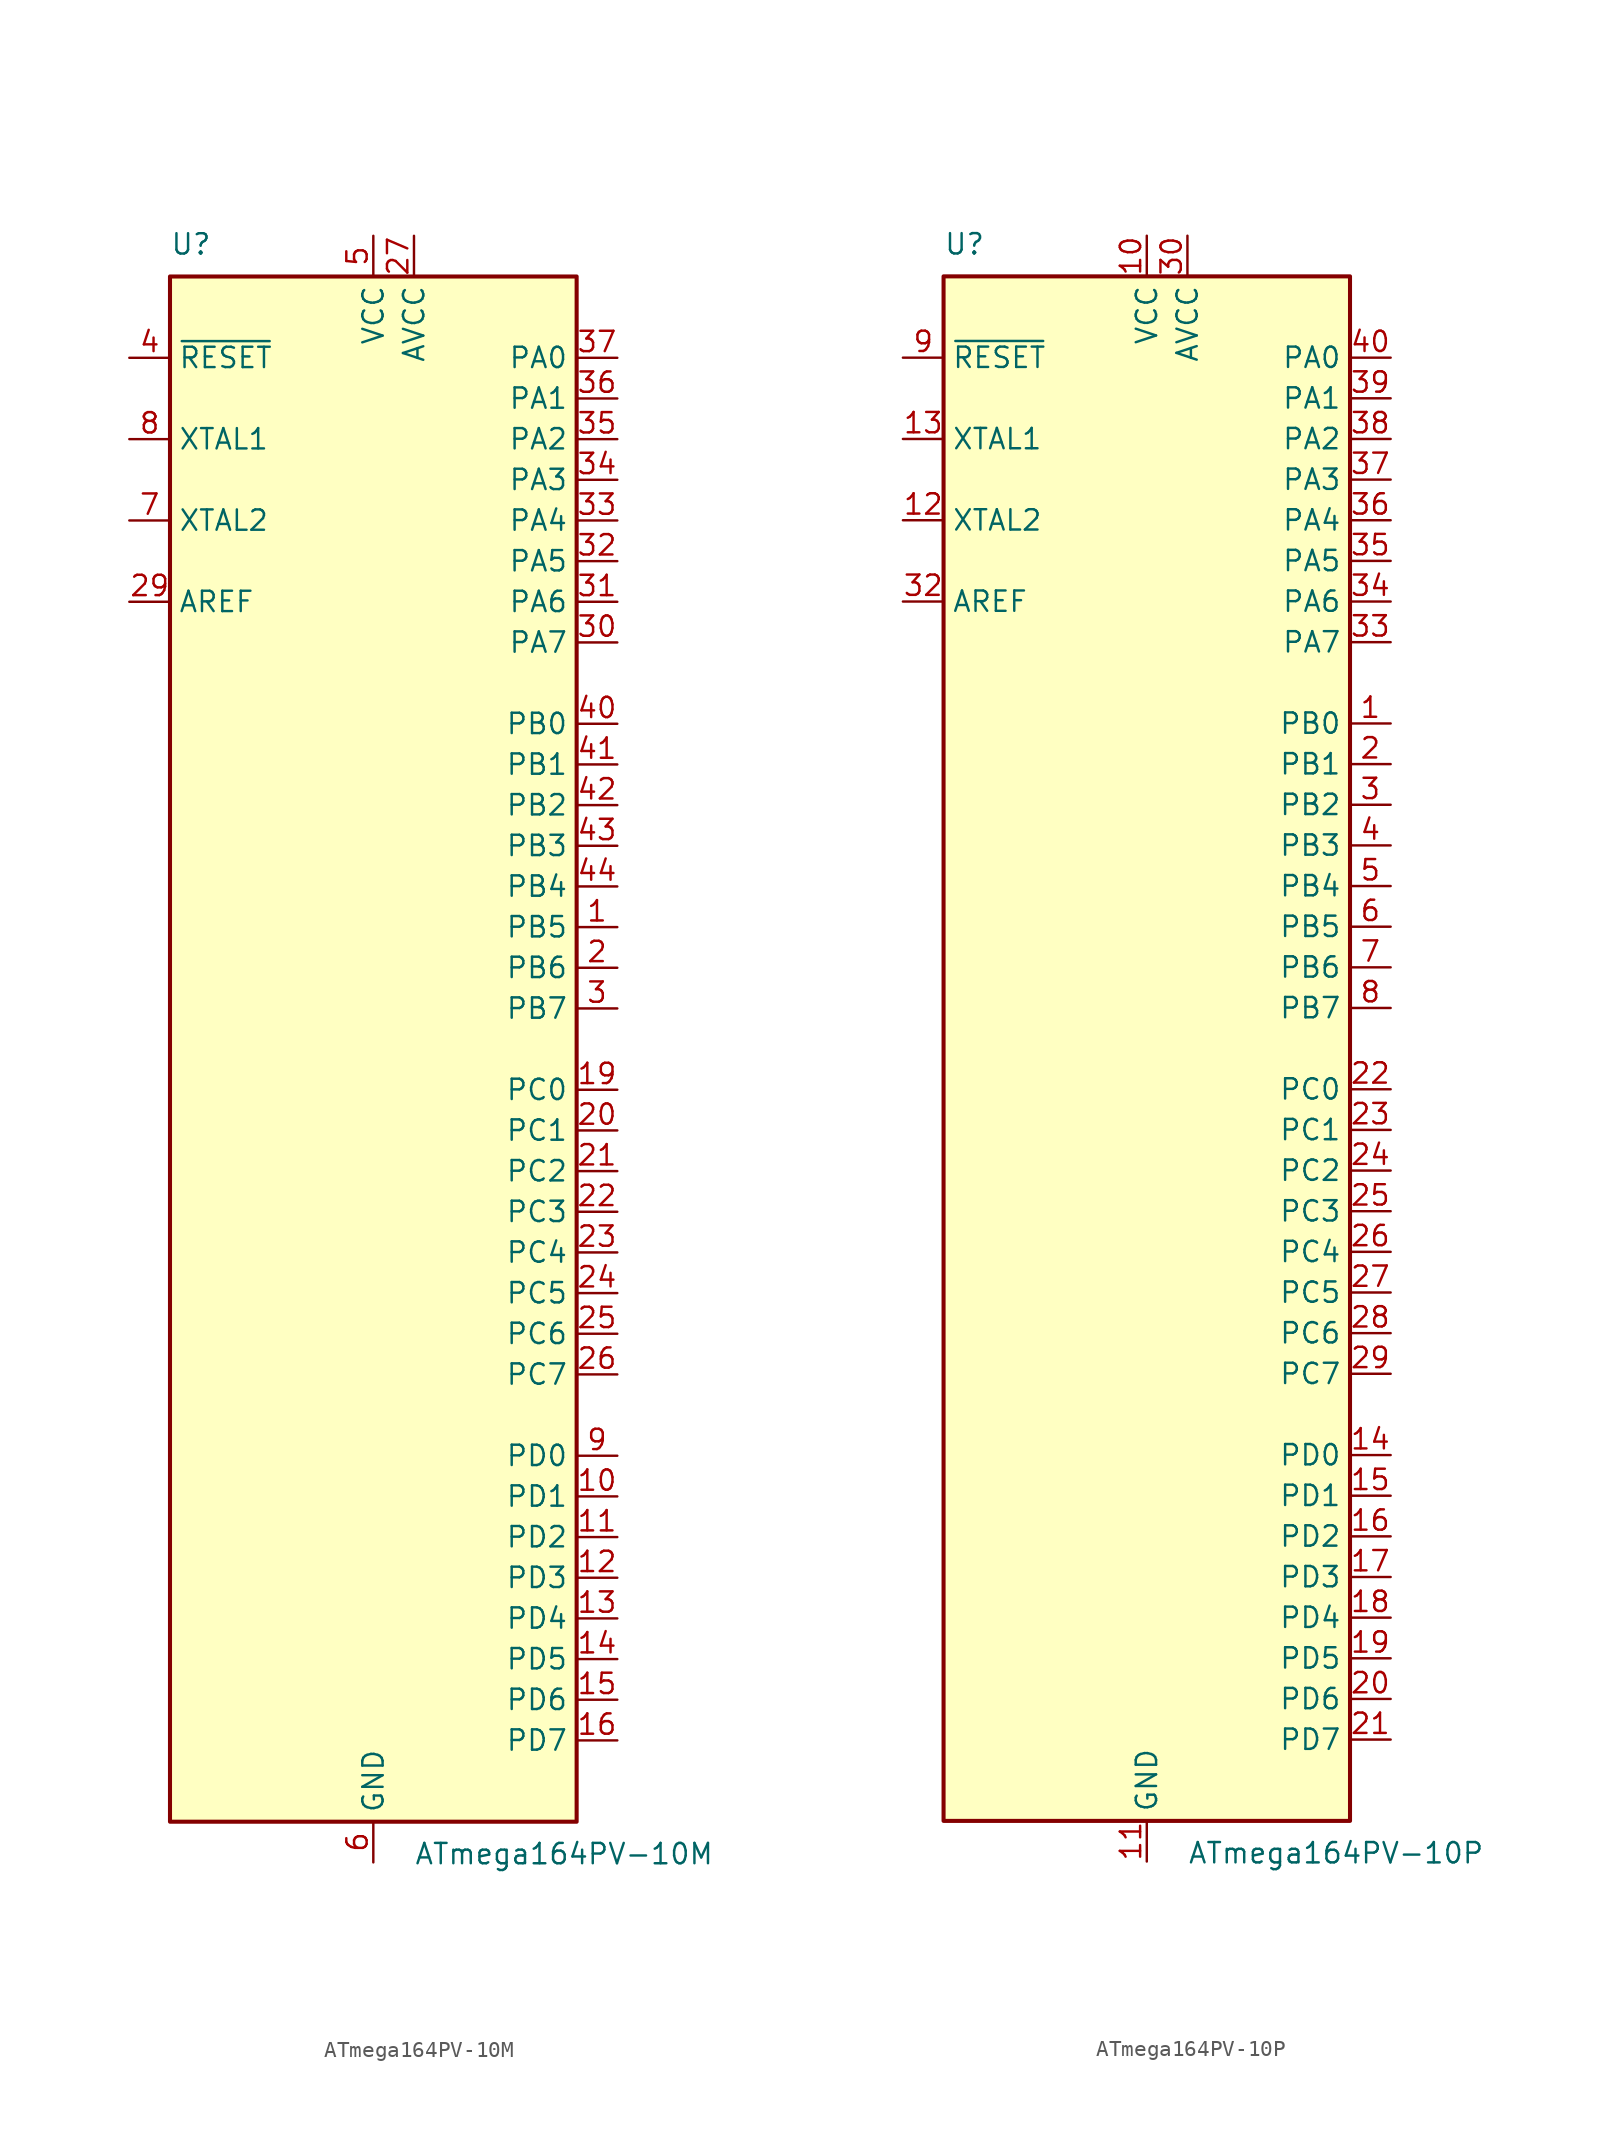
<source format=kicad_sym>
(kicad_symbol_lib
  (version 20201005)
  (generator kicad_symbol_editor)
  (symbol "MCU_Microchip_ATmega:ATmega164PV-10M"
    (property "Reference" "U"
      (at -12.7 49.53 0)
      (effects (font (size 1.27 1.27)) (justify left bottom)))
    (property "Value" "ATmega164PV-10M"
      (at 2.54 -49.53 0)
      (effects (font (size 1.27 1.27)) (justify left top)))
    (symbol "ATmega164PV-10M_0_1"
      (rectangle (start -12.7 -48.26) (end 12.7 48.26) (stroke (width 0.254)) (fill (type background))))
    (symbol "ATmega164PV-10M_1_1"
      (pin bidirectional line (at 15.24 7.62 180) (length 2.54) (name "PB5" (effects (font (size 1.27 1.27)))) (number "1" (effects (font (size 1.27 1.27)))))
      (pin bidirectional line (at 15.24 -27.94 180) (length 2.54) (name "PD1" (effects (font (size 1.27 1.27)))) (number "10" (effects (font (size 1.27 1.27)))))
      (pin bidirectional line (at 15.24 -30.48 180) (length 2.54) (name "PD2" (effects (font (size 1.27 1.27)))) (number "11" (effects (font (size 1.27 1.27)))))
      (pin bidirectional line (at 15.24 -33.02 180) (length 2.54) (name "PD3" (effects (font (size 1.27 1.27)))) (number "12" (effects (font (size 1.27 1.27)))))
      (pin bidirectional line (at 15.24 -35.56 180) (length 2.54) (name "PD4" (effects (font (size 1.27 1.27)))) (number "13" (effects (font (size 1.27 1.27)))))
      (pin bidirectional line (at 15.24 -38.1 180) (length 2.54) (name "PD5" (effects (font (size 1.27 1.27)))) (number "14" (effects (font (size 1.27 1.27)))))
      (pin bidirectional line (at 15.24 -40.64 180) (length 2.54) (name "PD6" (effects (font (size 1.27 1.27)))) (number "15" (effects (font (size 1.27 1.27)))))
      (pin bidirectional line (at 15.24 -43.18 180) (length 2.54) (name "PD7" (effects (font (size 1.27 1.27)))) (number "16" (effects (font (size 1.27 1.27)))))
      (pin passive line (at 0 50.8 270) (length 2.54) hide (name "VCC" (effects (font (size 1.27 1.27)))) (number "17" (effects (font (size 1.27 1.27)))))
      (pin passive line (at 0 -50.8 90) (length 2.54) hide (name "GND" (effects (font (size 1.27 1.27)))) (number "18" (effects (font (size 1.27 1.27)))))
      (pin bidirectional line (at 15.24 -2.54 180) (length 2.54) (name "PC0" (effects (font (size 1.27 1.27)))) (number "19" (effects (font (size 1.27 1.27)))))
      (pin bidirectional line (at 15.24 5.08 180) (length 2.54) (name "PB6" (effects (font (size 1.27 1.27)))) (number "2" (effects (font (size 1.27 1.27)))))
      (pin bidirectional line (at 15.24 -5.08 180) (length 2.54) (name "PC1" (effects (font (size 1.27 1.27)))) (number "20" (effects (font (size 1.27 1.27)))))
      (pin bidirectional line (at 15.24 -7.62 180) (length 2.54) (name "PC2" (effects (font (size 1.27 1.27)))) (number "21" (effects (font (size 1.27 1.27)))))
      (pin bidirectional line (at 15.24 -10.16 180) (length 2.54) (name "PC3" (effects (font (size 1.27 1.27)))) (number "22" (effects (font (size 1.27 1.27)))))
      (pin bidirectional line (at 15.24 -12.7 180) (length 2.54) (name "PC4" (effects (font (size 1.27 1.27)))) (number "23" (effects (font (size 1.27 1.27)))))
      (pin bidirectional line (at 15.24 -15.24 180) (length 2.54) (name "PC5" (effects (font (size 1.27 1.27)))) (number "24" (effects (font (size 1.27 1.27)))))
      (pin bidirectional line (at 15.24 -17.78 180) (length 2.54) (name "PC6" (effects (font (size 1.27 1.27)))) (number "25" (effects (font (size 1.27 1.27)))))
      (pin bidirectional line (at 15.24 -20.32 180) (length 2.54) (name "PC7" (effects (font (size 1.27 1.27)))) (number "26" (effects (font (size 1.27 1.27)))))
      (pin power_in line (at 2.54 50.8 270) (length 2.54) (name "AVCC" (effects (font (size 1.27 1.27)))) (number "27" (effects (font (size 1.27 1.27)))))
      (pin passive line (at 0 -50.8 90) (length 2.54) hide (name "GND" (effects (font (size 1.27 1.27)))) (number "28" (effects (font (size 1.27 1.27)))))
      (pin passive line (at -15.24 27.94 0) (length 2.54) (name "AREF" (effects (font (size 1.27 1.27)))) (number "29" (effects (font (size 1.27 1.27)))))
      (pin bidirectional line (at 15.24 2.54 180) (length 2.54) (name "PB7" (effects (font (size 1.27 1.27)))) (number "3" (effects (font (size 1.27 1.27)))))
      (pin bidirectional line (at 15.24 25.4 180) (length 2.54) (name "PA7" (effects (font (size 1.27 1.27)))) (number "30" (effects (font (size 1.27 1.27)))))
      (pin bidirectional line (at 15.24 27.94 180) (length 2.54) (name "PA6" (effects (font (size 1.27 1.27)))) (number "31" (effects (font (size 1.27 1.27)))))
      (pin bidirectional line (at 15.24 30.48 180) (length 2.54) (name "PA5" (effects (font (size 1.27 1.27)))) (number "32" (effects (font (size 1.27 1.27)))))
      (pin bidirectional line (at 15.24 33.02 180) (length 2.54) (name "PA4" (effects (font (size 1.27 1.27)))) (number "33" (effects (font (size 1.27 1.27)))))
      (pin bidirectional line (at 15.24 35.56 180) (length 2.54) (name "PA3" (effects (font (size 1.27 1.27)))) (number "34" (effects (font (size 1.27 1.27)))))
      (pin bidirectional line (at 15.24 38.1 180) (length 2.54) (name "PA2" (effects (font (size 1.27 1.27)))) (number "35" (effects (font (size 1.27 1.27)))))
      (pin bidirectional line (at 15.24 40.64 180) (length 2.54) (name "PA1" (effects (font (size 1.27 1.27)))) (number "36" (effects (font (size 1.27 1.27)))))
      (pin bidirectional line (at 15.24 43.18 180) (length 2.54) (name "PA0" (effects (font (size 1.27 1.27)))) (number "37" (effects (font (size 1.27 1.27)))))
      (pin passive line (at 0 50.8 270) (length 2.54) hide (name "VCC" (effects (font (size 1.27 1.27)))) (number "38" (effects (font (size 1.27 1.27)))))
      (pin passive line (at 0 -50.8 90) (length 2.54) hide (name "GND" (effects (font (size 1.27 1.27)))) (number "39" (effects (font (size 1.27 1.27)))))
      (pin input line (at -15.24 43.18 0) (length 2.54) (name "~RESET" (effects (font (size 1.27 1.27)))) (number "4" (effects (font (size 1.27 1.27)))))
      (pin bidirectional line (at 15.24 20.32 180) (length 2.54) (name "PB0" (effects (font (size 1.27 1.27)))) (number "40" (effects (font (size 1.27 1.27)))))
      (pin bidirectional line (at 15.24 17.78 180) (length 2.54) (name "PB1" (effects (font (size 1.27 1.27)))) (number "41" (effects (font (size 1.27 1.27)))))
      (pin bidirectional line (at 15.24 15.24 180) (length 2.54) (name "PB2" (effects (font (size 1.27 1.27)))) (number "42" (effects (font (size 1.27 1.27)))))
      (pin bidirectional line (at 15.24 12.7 180) (length 2.54) (name "PB3" (effects (font (size 1.27 1.27)))) (number "43" (effects (font (size 1.27 1.27)))))
      (pin bidirectional line (at 15.24 10.16 180) (length 2.54) (name "PB4" (effects (font (size 1.27 1.27)))) (number "44" (effects (font (size 1.27 1.27)))))
      (pin passive line (at 0 -50.8 90) (length 2.54) hide (name "GND" (effects (font (size 1.27 1.27)))) (number "45" (effects (font (size 1.27 1.27)))))
      (pin power_in line (at 0 50.8 270) (length 2.54) (name "VCC" (effects (font (size 1.27 1.27)))) (number "5" (effects (font (size 1.27 1.27)))))
      (pin power_in line (at 0 -50.8 90) (length 2.54) (name "GND" (effects (font (size 1.27 1.27)))) (number "6" (effects (font (size 1.27 1.27)))))
      (pin output line (at -15.24 33.02 0) (length 2.54) (name "XTAL2" (effects (font (size 1.27 1.27)))) (number "7" (effects (font (size 1.27 1.27)))))
      (pin input line (at -15.24 38.1 0) (length 2.54) (name "XTAL1" (effects (font (size 1.27 1.27)))) (number "8" (effects (font (size 1.27 1.27)))))
      (pin bidirectional line (at 15.24 -25.4 180) (length 2.54) (name "PD0" (effects (font (size 1.27 1.27)))) (number "9" (effects (font (size 1.27 1.27)))))))
  (symbol "MCU_Microchip_ATmega:ATmega164PV-10P"
    (property "Reference" "U"
      (at -12.7 49.53 0)
      (effects (font (size 1.27 1.27)) (justify left bottom)))
    (property "Value" "ATmega164PV-10P"
      (at 2.54 -49.53 0)
      (effects (font (size 1.27 1.27)) (justify left top)))
    (symbol "ATmega164PV-10P_0_1"
      (rectangle (start -12.7 -48.26) (end 12.7 48.26) (stroke (width 0.254)) (fill (type background))))
    (symbol "ATmega164PV-10P_1_1"
      (pin bidirectional line (at 15.24 20.32 180) (length 2.54) (name "PB0" (effects (font (size 1.27 1.27)))) (number "1" (effects (font (size 1.27 1.27)))))
      (pin power_in line (at 0 50.8 270) (length 2.54) (name "VCC" (effects (font (size 1.27 1.27)))) (number "10" (effects (font (size 1.27 1.27)))))
      (pin power_in line (at 0 -50.8 90) (length 2.54) (name "GND" (effects (font (size 1.27 1.27)))) (number "11" (effects (font (size 1.27 1.27)))))
      (pin output line (at -15.24 33.02 0) (length 2.54) (name "XTAL2" (effects (font (size 1.27 1.27)))) (number "12" (effects (font (size 1.27 1.27)))))
      (pin input line (at -15.24 38.1 0) (length 2.54) (name "XTAL1" (effects (font (size 1.27 1.27)))) (number "13" (effects (font (size 1.27 1.27)))))
      (pin bidirectional line (at 15.24 -25.4 180) (length 2.54) (name "PD0" (effects (font (size 1.27 1.27)))) (number "14" (effects (font (size 1.27 1.27)))))
      (pin bidirectional line (at 15.24 -27.94 180) (length 2.54) (name "PD1" (effects (font (size 1.27 1.27)))) (number "15" (effects (font (size 1.27 1.27)))))
      (pin bidirectional line (at 15.24 -30.48 180) (length 2.54) (name "PD2" (effects (font (size 1.27 1.27)))) (number "16" (effects (font (size 1.27 1.27)))))
      (pin bidirectional line (at 15.24 -33.02 180) (length 2.54) (name "PD3" (effects (font (size 1.27 1.27)))) (number "17" (effects (font (size 1.27 1.27)))))
      (pin bidirectional line (at 15.24 -35.56 180) (length 2.54) (name "PD4" (effects (font (size 1.27 1.27)))) (number "18" (effects (font (size 1.27 1.27)))))
      (pin bidirectional line (at 15.24 -38.1 180) (length 2.54) (name "PD5" (effects (font (size 1.27 1.27)))) (number "19" (effects (font (size 1.27 1.27)))))
      (pin bidirectional line (at 15.24 17.78 180) (length 2.54) (name "PB1" (effects (font (size 1.27 1.27)))) (number "2" (effects (font (size 1.27 1.27)))))
      (pin bidirectional line (at 15.24 -40.64 180) (length 2.54) (name "PD6" (effects (font (size 1.27 1.27)))) (number "20" (effects (font (size 1.27 1.27)))))
      (pin bidirectional line (at 15.24 -43.18 180) (length 2.54) (name "PD7" (effects (font (size 1.27 1.27)))) (number "21" (effects (font (size 1.27 1.27)))))
      (pin bidirectional line (at 15.24 -2.54 180) (length 2.54) (name "PC0" (effects (font (size 1.27 1.27)))) (number "22" (effects (font (size 1.27 1.27)))))
      (pin bidirectional line (at 15.24 -5.08 180) (length 2.54) (name "PC1" (effects (font (size 1.27 1.27)))) (number "23" (effects (font (size 1.27 1.27)))))
      (pin bidirectional line (at 15.24 -7.62 180) (length 2.54) (name "PC2" (effects (font (size 1.27 1.27)))) (number "24" (effects (font (size 1.27 1.27)))))
      (pin bidirectional line (at 15.24 -10.16 180) (length 2.54) (name "PC3" (effects (font (size 1.27 1.27)))) (number "25" (effects (font (size 1.27 1.27)))))
      (pin bidirectional line (at 15.24 -12.7 180) (length 2.54) (name "PC4" (effects (font (size 1.27 1.27)))) (number "26" (effects (font (size 1.27 1.27)))))
      (pin bidirectional line (at 15.24 -15.24 180) (length 2.54) (name "PC5" (effects (font (size 1.27 1.27)))) (number "27" (effects (font (size 1.27 1.27)))))
      (pin bidirectional line (at 15.24 -17.78 180) (length 2.54) (name "PC6" (effects (font (size 1.27 1.27)))) (number "28" (effects (font (size 1.27 1.27)))))
      (pin bidirectional line (at 15.24 -20.32 180) (length 2.54) (name "PC7" (effects (font (size 1.27 1.27)))) (number "29" (effects (font (size 1.27 1.27)))))
      (pin bidirectional line (at 15.24 15.24 180) (length 2.54) (name "PB2" (effects (font (size 1.27 1.27)))) (number "3" (effects (font (size 1.27 1.27)))))
      (pin power_in line (at 2.54 50.8 270) (length 2.54) (name "AVCC" (effects (font (size 1.27 1.27)))) (number "30" (effects (font (size 1.27 1.27)))))
      (pin passive line (at 0 -50.8 90) (length 2.54) hide (name "GND" (effects (font (size 1.27 1.27)))) (number "31" (effects (font (size 1.27 1.27)))))
      (pin passive line (at -15.24 27.94 0) (length 2.54) (name "AREF" (effects (font (size 1.27 1.27)))) (number "32" (effects (font (size 1.27 1.27)))))
      (pin bidirectional line (at 15.24 25.4 180) (length 2.54) (name "PA7" (effects (font (size 1.27 1.27)))) (number "33" (effects (font (size 1.27 1.27)))))
      (pin bidirectional line (at 15.24 27.94 180) (length 2.54) (name "PA6" (effects (font (size 1.27 1.27)))) (number "34" (effects (font (size 1.27 1.27)))))
      (pin bidirectional line (at 15.24 30.48 180) (length 2.54) (name "PA5" (effects (font (size 1.27 1.27)))) (number "35" (effects (font (size 1.27 1.27)))))
      (pin bidirectional line (at 15.24 33.02 180) (length 2.54) (name "PA4" (effects (font (size 1.27 1.27)))) (number "36" (effects (font (size 1.27 1.27)))))
      (pin bidirectional line (at 15.24 35.56 180) (length 2.54) (name "PA3" (effects (font (size 1.27 1.27)))) (number "37" (effects (font (size 1.27 1.27)))))
      (pin bidirectional line (at 15.24 38.1 180) (length 2.54) (name "PA2" (effects (font (size 1.27 1.27)))) (number "38" (effects (font (size 1.27 1.27)))))
      (pin bidirectional line (at 15.24 40.64 180) (length 2.54) (name "PA1" (effects (font (size 1.27 1.27)))) (number "39" (effects (font (size 1.27 1.27)))))
      (pin bidirectional line (at 15.24 12.7 180) (length 2.54) (name "PB3" (effects (font (size 1.27 1.27)))) (number "4" (effects (font (size 1.27 1.27)))))
      (pin bidirectional line (at 15.24 43.18 180) (length 2.54) (name "PA0" (effects (font (size 1.27 1.27)))) (number "40" (effects (font (size 1.27 1.27)))))
      (pin bidirectional line (at 15.24 10.16 180) (length 2.54) (name "PB4" (effects (font (size 1.27 1.27)))) (number "5" (effects (font (size 1.27 1.27)))))
      (pin bidirectional line (at 15.24 7.62 180) (length 2.54) (name "PB5" (effects (font (size 1.27 1.27)))) (number "6" (effects (font (size 1.27 1.27)))))
      (pin bidirectional line (at 15.24 5.08 180) (length 2.54) (name "PB6" (effects (font (size 1.27 1.27)))) (number "7" (effects (font (size 1.27 1.27)))))
      (pin bidirectional line (at 15.24 2.54 180) (length 2.54) (name "PB7" (effects (font (size 1.27 1.27)))) (number "8" (effects (font (size 1.27 1.27)))))
      (pin input line (at -15.24 43.18 0) (length 2.54) (name "~RESET" (effects (font (size 1.27 1.27)))) (number "9" (effects (font (size 1.27 1.27))))))))
</source>
